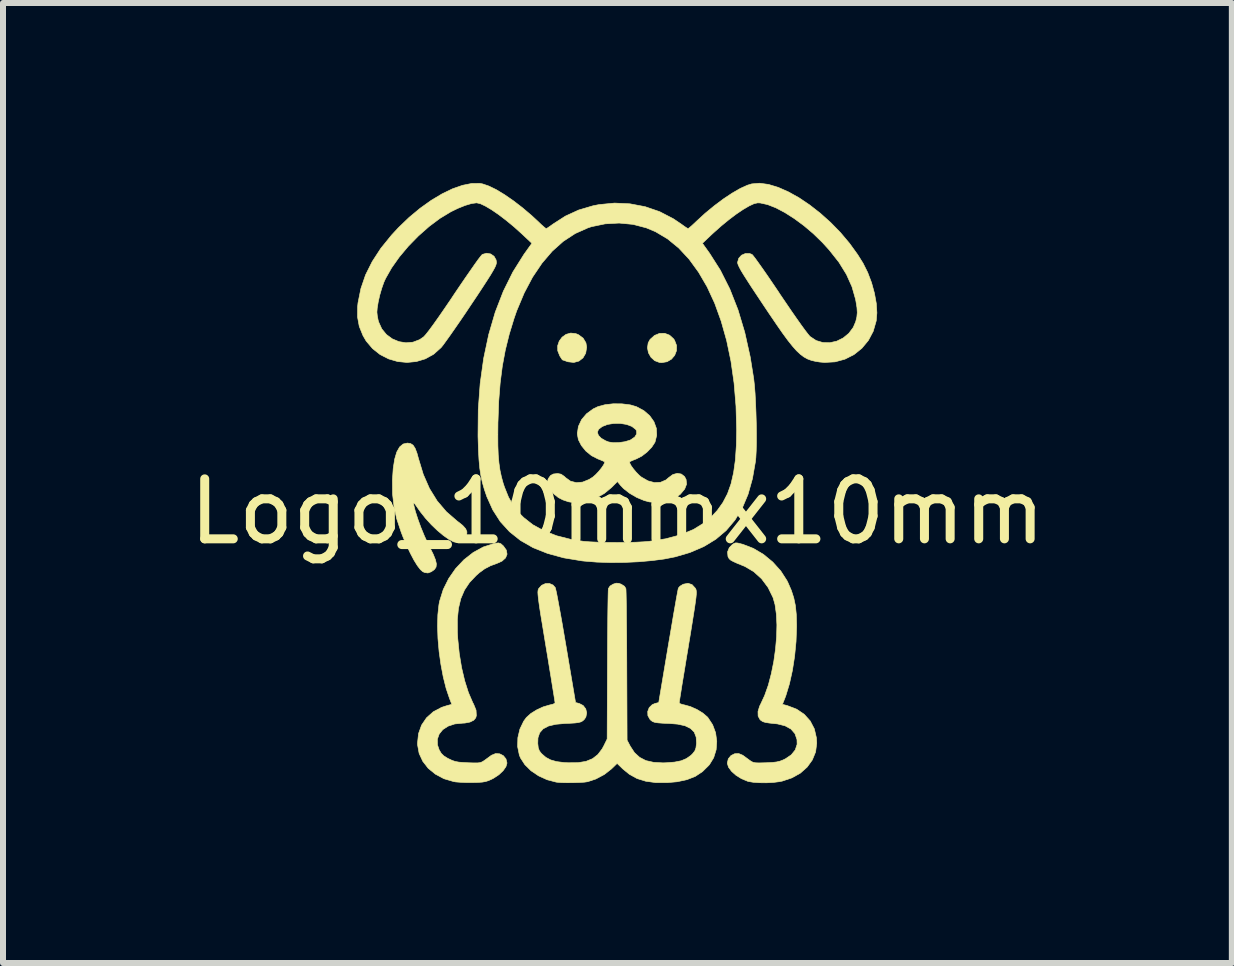
<source format=kicad_pcb>
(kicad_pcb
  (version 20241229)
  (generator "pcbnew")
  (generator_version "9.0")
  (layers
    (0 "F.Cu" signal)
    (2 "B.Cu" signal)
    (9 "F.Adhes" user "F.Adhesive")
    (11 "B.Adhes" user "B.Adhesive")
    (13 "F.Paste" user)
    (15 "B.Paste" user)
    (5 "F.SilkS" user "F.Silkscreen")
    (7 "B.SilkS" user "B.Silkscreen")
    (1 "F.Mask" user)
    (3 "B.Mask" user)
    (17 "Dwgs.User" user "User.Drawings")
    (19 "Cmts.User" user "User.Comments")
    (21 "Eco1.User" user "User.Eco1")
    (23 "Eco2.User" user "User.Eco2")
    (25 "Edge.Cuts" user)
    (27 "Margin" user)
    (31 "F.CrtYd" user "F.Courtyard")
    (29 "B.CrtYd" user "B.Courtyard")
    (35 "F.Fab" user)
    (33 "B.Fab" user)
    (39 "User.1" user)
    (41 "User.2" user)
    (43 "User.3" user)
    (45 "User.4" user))
  (footprint "Logo_10mmx10mm"
    (layer "F.Cu")
    (at 7.244 4.979)
    (property "Reference" "Logo_10mmx10mm" (at 0 0.5 0) (layer "F.SilkS") (effects (font (size 1 1) (thickness 0.15))))
    (attr exclude_from_pos_files exclude_from_bom)
    (fp_poly (pts (xy 0.869 -2.441) (xy 0.938 -2.378) (xy 0.953 -2.355) (xy 0.986 -2.269) (xy 0.985 -2.183) (xy 0.955 -2.105) (xy 0.901 -2.041) (xy 0.827 -1.998) (xy 0.738 -1.983) (xy 0.7 -1.986) (xy 0.621 -2.016) (xy 0.559 -2.073) (xy 0.517 -2.147) (xy 0.501 -2.23) (xy 0.513 -2.312) (xy 0.544 -2.369) (xy 0.618 -2.436) (xy 0.701 -2.47) (xy 0.788 -2.472) (xy 0.869 -2.441)) (stroke (width 0.01) (type solid)) (fill yes) (layer "F.SilkS"))
    (fp_poly (pts (xy -0.695 -2.467) (xy -0.65 -2.449) (xy -0.572 -2.391) (xy -0.525 -2.313) (xy -0.513 -2.24) (xy -0.529 -2.14) (xy -0.574 -2.062) (xy -0.642 -2.009) (xy -0.727 -1.986) (xy -0.823 -1.997) (xy -0.839 -2.002) (xy -0.886 -2.019) (xy -0.914 -2.028) (xy -0.917 -2.029) (xy -0.928 -2.044) (xy -0.952 -2.081) (xy -0.961 -2.095) (xy -0.995 -2.18) (xy -0.996 -2.265) (xy -0.97 -2.342) (xy -0.922 -2.407) (xy -0.857 -2.454) (xy -0.779 -2.476) (xy -0.695 -2.467)) (stroke (width 0.01) (type solid)) (fill yes) (layer "F.SilkS"))
    (fp_poly (pts (xy -3.449 -0.634) (xy -3.407 -0.607) (xy -3.373 -0.555) (xy -3.342 -0.474) (xy -3.318 -0.387) (xy -3.237 -0.12) (xy -3.134 0.115) (xy -3.006 0.322) (xy -2.853 0.502) (xy -2.674 0.657) (xy -2.662 0.666) (xy -2.58 0.731) (xy -2.53 0.787) (xy -2.509 0.838) (xy -2.513 0.891) (xy -2.515 0.901) (xy -2.553 0.963) (xy -2.613 1.006) (xy -2.671 1.019) (xy -2.733 1.004) (xy -2.812 0.962) (xy -2.904 0.897) (xy -3.002 0.815) (xy -3.102 0.719) (xy -3.197 0.615) (xy -3.283 0.507) (xy -3.315 0.462) (xy -3.359 0.398) (xy -3.386 0.363) (xy -3.397 0.356) (xy -3.398 0.372) (xy -3.395 0.394) (xy -3.369 0.497) (xy -3.328 0.624) (xy -3.277 0.764) (xy -3.219 0.905) (xy -3.159 1.036) (xy -3.13 1.094) (xy -3.071 1.212) (xy -3.034 1.304) (xy -3.018 1.373) (xy -3.024 1.426) (xy -3.051 1.466) (xy -3.098 1.5) (xy -3.105 1.504) (xy -3.159 1.524) (xy -3.211 1.517) (xy -3.244 1.503) (xy -3.284 1.468) (xy -3.335 1.402) (xy -3.392 1.31) (xy -3.452 1.196) (xy -3.514 1.066) (xy -3.574 0.925) (xy -3.606 0.842) (xy -3.679 0.623) (xy -3.725 0.416) (xy -3.749 0.207) (xy -3.751 -0.017) (xy -3.751 -0.026) (xy -3.738 -0.218) (xy -3.714 -0.373) (xy -3.679 -0.492) (xy -3.632 -0.576) (xy -3.573 -0.626) (xy -3.502 -0.642) (xy -3.449 -0.634)) (stroke (width 0.01) (type solid)) (fill yes) (layer "F.SilkS"))
    (fp_poly (pts (xy -1.944 1.036) (xy -1.901 1.074) (xy -1.901 1.074) (xy -1.852 1.143) (xy -1.84 1.211) (xy -1.865 1.273) (xy -1.924 1.326) (xy -2.003 1.362) (xy -2.119 1.405) (xy -2.214 1.455) (xy -2.303 1.52) (xy -2.357 1.568) (xy -2.466 1.683) (xy -2.55 1.809) (xy -2.611 1.951) (xy -2.65 2.113) (xy -2.669 2.299) (xy -2.668 2.515) (xy -2.662 2.62) (xy -2.637 2.867) (xy -2.598 3.103) (xy -2.546 3.323) (xy -2.484 3.518) (xy -2.413 3.683) (xy -2.397 3.713) (xy -2.357 3.811) (xy -2.352 3.901) (xy -2.362 3.939) (xy -2.396 3.979) (xy -2.459 4.01) (xy -2.542 4.026) (xy -2.581 4.028) (xy -2.712 4.041) (xy -2.823 4.078) (xy -2.911 4.135) (xy -2.971 4.209) (xy -3.002 4.295) (xy -3 4.391) (xy -2.972 4.473) (xy -2.937 4.532) (xy -2.894 4.574) (xy -2.83 4.614) (xy -2.813 4.622) (xy -2.756 4.649) (xy -2.703 4.667) (xy -2.642 4.678) (xy -2.563 4.684) (xy -2.49 4.688) (xy -2.397 4.691) (xy -2.333 4.691) (xy -2.289 4.686) (xy -2.257 4.674) (xy -2.226 4.655) (xy -2.213 4.646) (xy -2.158 4.606) (xy -2.108 4.569) (xy -2.099 4.563) (xy -2.032 4.535) (xy -1.963 4.539) (xy -1.902 4.57) (xy -1.858 4.624) (xy -1.841 4.693) (xy -1.859 4.754) (xy -1.906 4.821) (xy -1.977 4.888) (xy -2.065 4.946) (xy -2.092 4.96) (xy -2.147 4.985) (xy -2.197 5.001) (xy -2.254 5.011) (xy -2.329 5.016) (xy -2.418 5.018) (xy -2.518 5.018) (xy -2.614 5.014) (xy -2.694 5.008) (xy -2.73 5.002) (xy -2.893 4.954) (xy -3.035 4.878) (xy -3.154 4.781) (xy -3.245 4.664) (xy -3.306 4.532) (xy -3.332 4.389) (xy -3.333 4.362) (xy -3.316 4.202) (xy -3.265 4.06) (xy -3.182 3.938) (xy -3.07 3.838) (xy -2.93 3.764) (xy -2.843 3.736) (xy -2.761 3.714) (xy -2.8 3.614) (xy -2.856 3.448) (xy -2.904 3.256) (xy -2.943 3.049) (xy -2.973 2.834) (xy -2.992 2.618) (xy -2.999 2.411) (xy -2.994 2.221) (xy -2.976 2.055) (xy -2.965 1.996) (xy -2.904 1.8) (xy -2.813 1.617) (xy -2.697 1.45) (xy -2.559 1.304) (xy -2.405 1.183) (xy -2.237 1.091) (xy -2.061 1.034) (xy -2.033 1.028) (xy -1.982 1.023) (xy -1.944 1.036)) (stroke (width 0.01) (type solid)) (fill yes) (layer "F.SilkS"))
    (fp_poly (pts (xy 2.008 1.025) (xy 2.066 1.04) (xy 2.09 1.046) (xy 2.266 1.114) (xy 2.435 1.214) (xy 2.59 1.342) (xy 2.723 1.49) (xy 2.828 1.653) (xy 2.844 1.686) (xy 2.9 1.815) (xy 2.94 1.939) (xy 2.967 2.067) (xy 2.982 2.212) (xy 2.987 2.382) (xy 2.987 2.426) (xy 2.978 2.669) (xy 2.954 2.914) (xy 2.917 3.151) (xy 2.868 3.372) (xy 2.809 3.566) (xy 2.791 3.614) (xy 2.751 3.714) (xy 2.834 3.736) (xy 2.988 3.795) (xy 3.115 3.881) (xy 3.214 3.991) (xy 3.283 4.123) (xy 3.318 4.274) (xy 3.323 4.362) (xy 3.304 4.508) (xy 3.249 4.642) (xy 3.163 4.761) (xy 3.049 4.862) (xy 2.909 4.94) (xy 2.748 4.994) (xy 2.703 5.003) (xy 2.602 5.016) (xy 2.488 5.022) (xy 2.372 5.021) (xy 2.266 5.014) (xy 2.184 5) (xy 2.17 4.996) (xy 2.069 4.954) (xy 1.977 4.897) (xy 1.903 4.831) (xy 1.852 4.762) (xy 1.832 4.697) (xy 1.832 4.693) (xy 1.849 4.622) (xy 1.893 4.569) (xy 1.954 4.538) (xy 2.023 4.535) (xy 2.09 4.563) (xy 2.135 4.596) (xy 2.191 4.637) (xy 2.203 4.646) (xy 2.235 4.668) (xy 2.266 4.682) (xy 2.305 4.689) (xy 2.36 4.691) (xy 2.441 4.689) (xy 2.481 4.688) (xy 2.58 4.683) (xy 2.652 4.675) (xy 2.709 4.662) (xy 2.761 4.642) (xy 2.802 4.622) (xy 2.899 4.556) (xy 2.965 4.474) (xy 2.996 4.381) (xy 2.994 4.302) (xy 2.96 4.203) (xy 2.893 4.126) (xy 2.795 4.072) (xy 2.666 4.04) (xy 2.624 4.036) (xy 2.531 4.026) (xy 2.468 4.016) (xy 2.426 4.003) (xy 2.395 3.984) (xy 2.378 3.969) (xy 2.346 3.91) (xy 2.344 3.833) (xy 2.371 3.744) (xy 2.387 3.713) (xy 2.455 3.566) (xy 2.516 3.394) (xy 2.566 3.203) (xy 2.607 3) (xy 2.636 2.793) (xy 2.654 2.587) (xy 2.659 2.391) (xy 2.65 2.21) (xy 2.628 2.052) (xy 2.595 1.935) (xy 2.512 1.766) (xy 2.403 1.62) (xy 2.271 1.501) (xy 2.121 1.413) (xy 2.093 1.402) (xy 1.997 1.363) (xy 1.931 1.333) (xy 1.889 1.31) (xy 1.864 1.287) (xy 1.849 1.263) (xy 1.843 1.248) (xy 1.836 1.173) (xy 1.865 1.102) (xy 1.914 1.052) (xy 1.945 1.031) (xy 1.972 1.022) (xy 2.008 1.025)) (stroke (width 0.01) (type solid)) (fill yes) (layer "F.SilkS"))
    (fp_poly (pts (xy 0.075 -1.296) (xy 0.213 -1.279) (xy 0.316 -1.249) (xy 0.44 -1.183) (xy 0.538 -1.098) (xy 0.609 -0.998) (xy 0.649 -0.888) (xy 0.655 -0.773) (xy 0.627 -0.659) (xy 0.623 -0.651) (xy 0.572 -0.573) (xy 0.496 -0.494) (xy 0.407 -0.425) (xy 0.316 -0.378) (xy 0.311 -0.376) (xy 0.255 -0.354) (xy 0.215 -0.336) (xy 0.205 -0.33) (xy 0.206 -0.307) (xy 0.228 -0.265) (xy 0.266 -0.212) (xy 0.313 -0.156) (xy 0.363 -0.105) (xy 0.399 -0.075) (xy 0.509 -0.012) (xy 0.617 0.017) (xy 0.719 0.012) (xy 0.809 -0.027) (xy 0.855 -0.066) (xy 0.924 -0.117) (xy 0.997 -0.137) (xy 1.064 -0.126) (xy 1.118 -0.085) (xy 1.145 -0.035) (xy 1.153 0.043) (xy 1.121 0.125) (xy 1.05 0.21) (xy 1.048 0.212) (xy 0.942 0.287) (xy 0.815 0.334) (xy 0.676 0.352) (xy 0.532 0.339) (xy 0.446 0.316) (xy 0.321 0.264) (xy 0.203 0.195) (xy 0.103 0.117) (xy 0.056 0.068) (xy 0 0) (xy -0.1 0.1) (xy -0.22 0.199) (xy -0.358 0.276) (xy -0.502 0.328) (xy -0.626 0.347) (xy -0.704 0.348) (xy -0.774 0.344) (xy -0.816 0.337) (xy -0.91 0.305) (xy -0.984 0.267) (xy -1.055 0.21) (xy -1.058 0.208) (xy -1.13 0.127) (xy -1.164 0.048) (xy -1.16 -0.027) (xy -1.15 -0.052) (xy -1.115 -0.101) (xy -1.069 -0.126) (xy -0.999 -0.134) (xy -0.994 -0.134) (xy -0.939 -0.123) (xy -0.884 -0.085) (xy -0.865 -0.066) (xy -0.783 -0.007) (xy -0.686 0.018) (xy -0.581 0.009) (xy -0.472 -0.035) (xy -0.409 -0.075) (xy -0.361 -0.117) (xy -0.311 -0.17) (xy -0.266 -0.226) (xy -0.231 -0.277) (xy -0.213 -0.315) (xy -0.215 -0.33) (xy -0.24 -0.343) (xy -0.29 -0.364) (xy -0.326 -0.378) (xy -0.432 -0.432) (xy -0.526 -0.509) (xy -0.601 -0.601) (xy -0.651 -0.699) (xy -0.669 -0.796) (xy -0.665 -0.822) (xy -0.334 -0.822) (xy -0.317 -0.771) (xy -0.27 -0.722) (xy -0.195 -0.679) (xy -0.145 -0.66) (xy -0.07 -0.648) (xy 0.024 -0.65) (xy 0.122 -0.664) (xy 0.206 -0.689) (xy 0.225 -0.698) (xy 0.289 -0.743) (xy 0.321 -0.794) (xy 0.319 -0.846) (xy 0.305 -0.87) (xy 0.24 -0.92) (xy 0.151 -0.953) (xy 0.046 -0.97) (xy -0.063 -0.969) (xy -0.167 -0.952) (xy -0.255 -0.917) (xy -0.315 -0.87) (xy -0.334 -0.822) (xy -0.665 -0.822) (xy -0.651 -0.918) (xy -0.598 -1.032) (xy -0.514 -1.131) (xy -0.403 -1.212) (xy -0.326 -1.249) (xy -0.208 -1.281) (xy -0.07 -1.297) (xy 0.075 -1.296)) (stroke (width 0.01) (type solid)) (fill yes) (layer "F.SilkS"))
    (fp_poly (pts (xy 0.023 1.697) (xy 0.063 1.711) (xy 0.118 1.746) (xy 0.141 1.785) (xy 0.143 1.812) (xy 0.145 1.874) (xy 0.147 1.969) (xy 0.149 2.093) (xy 0.15 2.242) (xy 0.152 2.413) (xy 0.154 2.602) (xy 0.155 2.806) (xy 0.156 3.022) (xy 0.156 3.071) (xy 0.161 4.311) (xy 0.214 4.412) (xy 0.284 4.519) (xy 0.37 4.598) (xy 0.474 4.652) (xy 0.603 4.681) (xy 0.76 4.69) (xy 0.814 4.688) (xy 0.954 4.677) (xy 1.064 4.655) (xy 1.151 4.618) (xy 1.226 4.565) (xy 1.255 4.536) (xy 1.29 4.491) (xy 1.309 4.441) (xy 1.318 4.369) (xy 1.319 4.365) (xy 1.313 4.261) (xy 1.281 4.178) (xy 1.219 4.116) (xy 1.127 4.071) (xy 1.002 4.044) (xy 0.865 4.033) (xy 0.756 4.029) (xy 0.678 4.023) (xy 0.625 4.015) (xy 0.588 4.002) (xy 0.561 3.983) (xy 0.543 3.965) (xy 0.508 3.903) (xy 0.505 3.834) (xy 0.53 3.769) (xy 0.58 3.72) (xy 0.626 3.7) (xy 0.689 3.684) (xy 0.846 2.747) (xy 0.878 2.56) (xy 0.908 2.383) (xy 0.935 2.222) (xy 0.96 2.08) (xy 0.981 1.96) (xy 0.998 1.867) (xy 1.01 1.804) (xy 1.016 1.776) (xy 1.017 1.775) (xy 1.043 1.745) (xy 1.089 1.716) (xy 1.1 1.711) (xy 1.177 1.696) (xy 1.244 1.718) (xy 1.298 1.777) (xy 1.303 1.785) (xy 1.31 1.8) (xy 1.314 1.818) (xy 1.316 1.845) (xy 1.315 1.882) (xy 1.31 1.934) (xy 1.301 2.003) (xy 1.288 2.094) (xy 1.27 2.209) (xy 1.247 2.353) (xy 1.219 2.528) (xy 1.184 2.738) (xy 1.182 2.753) (xy 1.151 2.937) (xy 1.123 3.11) (xy 1.097 3.267) (xy 1.074 3.406) (xy 1.056 3.521) (xy 1.042 3.609) (xy 1.033 3.666) (xy 1.03 3.688) (xy 1.048 3.705) (xy 1.092 3.719) (xy 1.113 3.723) (xy 1.215 3.751) (xy 1.324 3.799) (xy 1.424 3.86) (xy 1.501 3.926) (xy 1.508 3.934) (xy 1.587 4.054) (xy 1.637 4.188) (xy 1.656 4.33) (xy 1.646 4.471) (xy 1.605 4.604) (xy 1.534 4.72) (xy 1.526 4.729) (xy 1.419 4.835) (xy 1.299 4.915) (xy 1.159 4.97) (xy 0.995 5.005) (xy 0.835 5.019) (xy 0.639 5.019) (xy 0.472 4.996) (xy 0.327 4.951) (xy 0.199 4.88) (xy 0.09 4.791) (xy -0.005 4.699) (xy -0.1 4.791) (xy -0.219 4.884) (xy -0.36 4.959) (xy -0.496 5.004) (xy -0.552 5.012) (xy -0.636 5.017) (xy -0.735 5.02) (xy -0.838 5.021) (xy -0.931 5.019) (xy -1.004 5.013) (xy -1.021 5.011) (xy -1.173 4.971) (xy -1.315 4.906) (xy -1.441 4.821) (xy -1.543 4.72) (xy -1.615 4.609) (xy -1.635 4.561) (xy -1.664 4.419) (xy -1.66 4.271) (xy -1.626 4.127) (xy -1.563 3.996) (xy -1.518 3.934) (xy -1.445 3.868) (xy -1.347 3.807) (xy -1.239 3.757) (xy -1.135 3.726) (xy -1.122 3.723) (xy -1.072 3.711) (xy -1.043 3.694) (xy -1.04 3.688) (xy -1.043 3.665) (xy -1.052 3.607) (xy -1.066 3.519) (xy -1.085 3.403) (xy -1.107 3.264) (xy -1.133 3.107) (xy -1.161 2.933) (xy -1.191 2.753) (xy -1.226 2.54) (xy -1.255 2.363) (xy -1.279 2.218) (xy -1.297 2.101) (xy -1.31 2.008) (xy -1.319 1.937) (xy -1.324 1.885) (xy -1.326 1.847) (xy -1.324 1.82) (xy -1.32 1.801) (xy -1.314 1.786) (xy -1.313 1.785) (xy -1.264 1.73) (xy -1.201 1.701) (xy -1.134 1.699) (xy -1.074 1.725) (xy -1.036 1.768) (xy -1.029 1.796) (xy -1.015 1.857) (xy -0.997 1.95) (xy -0.975 2.069) (xy -0.949 2.211) (xy -0.92 2.373) (xy -0.89 2.549) (xy -0.858 2.736) (xy -0.856 2.747) (xy -0.698 3.684) (xy -0.636 3.7) (xy -0.571 3.734) (xy -0.528 3.79) (xy -0.512 3.857) (xy -0.526 3.925) (xy -0.552 3.965) (xy -0.578 3.989) (xy -0.607 4.006) (xy -0.648 4.017) (xy -0.707 4.025) (xy -0.792 4.03) (xy -0.874 4.033) (xy -1.029 4.047) (xy -1.15 4.076) (xy -1.239 4.123) (xy -1.296 4.188) (xy -1.325 4.273) (xy -1.328 4.365) (xy -1.32 4.439) (xy -1.301 4.49) (xy -1.267 4.534) (xy -1.265 4.536) (xy -1.194 4.598) (xy -1.113 4.641) (xy -1.014 4.669) (xy -0.888 4.685) (xy -0.824 4.688) (xy -0.659 4.687) (xy -0.524 4.665) (xy -0.414 4.62) (xy -0.326 4.551) (xy -0.254 4.456) (xy -0.226 4.404) (xy -0.171 4.292) (xy -0.166 3.061) (xy -0.165 2.844) (xy -0.164 2.638) (xy -0.162 2.446) (xy -0.161 2.272) (xy -0.159 2.118) (xy -0.157 1.99) (xy -0.155 1.89) (xy -0.153 1.821) (xy -0.151 1.787) (xy -0.151 1.785) (xy -0.123 1.742) (xy -0.073 1.711) (xy -0.02 1.694) (xy 0.023 1.697)) (stroke (width 0.01) (type solid)) (fill yes) (layer "F.SilkS"))
    (fp_poly (pts (xy 2.52 -4.954) (xy 2.681 -4.905) (xy 2.851 -4.83) (xy 3.027 -4.732) (xy 3.205 -4.612) (xy 3.382 -4.474) (xy 3.554 -4.32) (xy 3.718 -4.152) (xy 3.869 -3.973) (xy 4.005 -3.785) (xy 4.095 -3.641) (xy 4.173 -3.485) (xy 4.237 -3.316) (xy 4.285 -3.141) (xy 4.316 -2.97) (xy 4.326 -2.813) (xy 4.315 -2.68) (xy 4.265 -2.506) (xy 4.184 -2.353) (xy 4.075 -2.222) (xy 3.944 -2.117) (xy 3.794 -2.041) (xy 3.629 -1.996) (xy 3.454 -1.986) (xy 3.373 -1.993) (xy 3.299 -2.005) (xy 3.232 -2.021) (xy 3.17 -2.044) (xy 3.11 -2.077) (xy 3.05 -2.122) (xy 2.987 -2.181) (xy 2.918 -2.259) (xy 2.84 -2.357) (xy 2.752 -2.477) (xy 2.65 -2.624) (xy 2.531 -2.799) (xy 2.442 -2.932) (xy 2.329 -3.102) (xy 2.236 -3.242) (xy 2.162 -3.357) (xy 2.104 -3.448) (xy 2.061 -3.519) (xy 2.032 -3.573) (xy 2.014 -3.612) (xy 2.005 -3.64) (xy 2.003 -3.655) (xy 2.023 -3.723) (xy 2.069 -3.774) (xy 2.133 -3.802) (xy 2.204 -3.802) (xy 2.244 -3.787) (xy 2.263 -3.766) (xy 2.301 -3.717) (xy 2.355 -3.642) (xy 2.423 -3.546) (xy 2.503 -3.431) (xy 2.591 -3.302) (xy 2.685 -3.163) (xy 2.708 -3.127) (xy 2.806 -2.983) (xy 2.899 -2.846) (xy 2.986 -2.721) (xy 3.063 -2.612) (xy 3.128 -2.523) (xy 3.178 -2.458) (xy 3.21 -2.42) (xy 3.214 -2.417) (xy 3.314 -2.351) (xy 3.425 -2.318) (xy 3.541 -2.315) (xy 3.657 -2.341) (xy 3.764 -2.394) (xy 3.858 -2.471) (xy 3.932 -2.57) (xy 3.973 -2.666) (xy 3.992 -2.743) (xy 3.999 -2.817) (xy 3.994 -2.9) (xy 3.977 -3.004) (xy 3.97 -3.041) (xy 3.911 -3.248) (xy 3.819 -3.453) (xy 3.693 -3.657) (xy 3.53 -3.863) (xy 3.417 -3.987) (xy 3.266 -4.134) (xy 3.109 -4.267) (xy 2.949 -4.385) (xy 2.792 -4.485) (xy 2.642 -4.564) (xy 2.504 -4.618) (xy 2.382 -4.645) (xy 2.339 -4.647) (xy 2.279 -4.634) (xy 2.197 -4.596) (xy 2.096 -4.537) (xy 1.982 -4.46) (xy 1.86 -4.368) (xy 1.733 -4.264) (xy 1.607 -4.152) (xy 1.572 -4.12) (xy 1.417 -3.973) (xy 1.536 -3.807) (xy 1.716 -3.524) (xy 1.874 -3.21) (xy 2.01 -2.864) (xy 2.123 -2.487) (xy 2.214 -2.078) (xy 2.272 -1.716) (xy 2.284 -1.607) (xy 2.295 -1.471) (xy 2.303 -1.315) (xy 2.31 -1.148) (xy 2.315 -0.977) (xy 2.317 -0.809) (xy 2.317 -0.652) (xy 2.314 -0.514) (xy 2.308 -0.401) (xy 2.302 -0.339) (xy 2.251 -0.048) (xy 2.178 0.212) (xy 2.081 0.442) (xy 1.96 0.642) (xy 1.813 0.816) (xy 1.64 0.962) (xy 1.439 1.084) (xy 1.208 1.183) (xy 0.963 1.255) (xy 0.786 1.29) (xy 0.581 1.317) (xy 0.356 1.337) (xy 0.12 1.348) (xy -0.116 1.35) (xy -0.343 1.343) (xy -0.553 1.326) (xy -0.591 1.322) (xy -0.894 1.272) (xy -1.165 1.198) (xy -1.406 1.102) (xy -1.617 0.981) (xy -1.799 0.836) (xy -1.953 0.667) (xy -2.078 0.472) (xy -2.177 0.252) (xy -2.218 0.132) (xy -2.251 0.018) (xy -2.276 -0.097) (xy -2.295 -0.222) (xy -2.308 -0.363) (xy -2.317 -0.527) (xy -2.323 -0.723) (xy -2.324 -0.749) (xy -2.324 -0.779) (xy -1.994 -0.779) (xy -1.993 -0.598) (xy -1.987 -0.443) (xy -1.975 -0.309) (xy -1.958 -0.189) (xy -1.934 -0.078) (xy -1.904 0.031) (xy -1.883 0.093) (xy -1.816 0.26) (xy -1.736 0.4) (xy -1.637 0.526) (xy -1.564 0.599) (xy -1.41 0.72) (xy -1.225 0.822) (xy -1.012 0.904) (xy -0.775 0.964) (xy -0.562 0.997) (xy -0.456 1.005) (xy -0.321 1.011) (xy -0.168 1.015) (xy -0.004 1.016) (xy 0.158 1.015) (xy 0.31 1.011) (xy 0.441 1.004) (xy 0.527 0.997) (xy 0.805 0.954) (xy 1.052 0.888) (xy 1.267 0.799) (xy 1.45 0.686) (xy 1.555 0.599) (xy 1.666 0.48) (xy 1.759 0.349) (xy 1.835 0.204) (xy 1.894 0.039) (xy 1.937 -0.148) (xy 1.967 -0.362) (xy 1.983 -0.606) (xy 1.988 -0.857) (xy 1.977 -1.258) (xy 1.945 -1.642) (xy 1.893 -2.007) (xy 1.821 -2.352) (xy 1.73 -2.674) (xy 1.622 -2.973) (xy 1.496 -3.246) (xy 1.353 -3.491) (xy 1.195 -3.708) (xy 1.022 -3.894) (xy 0.835 -4.047) (xy 0.635 -4.166) (xy 0.482 -4.23) (xy 0.26 -4.288) (xy 0.028 -4.31) (xy -0.205 -4.297) (xy -0.431 -4.25) (xy -0.492 -4.23) (xy -0.703 -4.136) (xy -0.902 -4.006) (xy -1.087 -3.841) (xy -1.258 -3.641) (xy -1.415 -3.408) (xy -1.555 -3.143) (xy -1.679 -2.848) (xy -1.723 -2.721) (xy -1.804 -2.456) (xy -1.869 -2.194) (xy -1.919 -1.925) (xy -1.955 -1.643) (xy -1.979 -1.34) (xy -1.991 -1.006) (xy -1.992 -0.993) (xy -1.994 -0.779) (xy -2.324 -0.779) (xy -2.32 -1.202) (xy -2.288 -1.637) (xy -2.23 -2.054) (xy -2.146 -2.451) (xy -2.037 -2.824) (xy -1.902 -3.173) (xy -1.743 -3.494) (xy -1.559 -3.787) (xy -1.544 -3.808) (xy -1.426 -3.973) (xy -1.589 -4.126) (xy -1.722 -4.246) (xy -1.854 -4.355) (xy -1.981 -4.452) (xy -2.098 -4.532) (xy -2.201 -4.593) (xy -2.285 -4.633) (xy -2.347 -4.647) (xy -2.349 -4.647) (xy -2.432 -4.636) (xy -2.539 -4.604) (xy -2.661 -4.555) (xy -2.776 -4.499) (xy -2.958 -4.389) (xy -3.14 -4.253) (xy -3.319 -4.095) (xy -3.486 -3.924) (xy -3.637 -3.744) (xy -3.765 -3.563) (xy -3.865 -3.387) (xy -3.894 -3.323) (xy -3.929 -3.224) (xy -3.962 -3.111) (xy -3.988 -2.996) (xy -4.005 -2.892) (xy -4.01 -2.825) (xy -4.004 -2.766) (xy -3.99 -2.693) (xy -3.982 -2.663) (xy -3.929 -2.546) (xy -3.851 -2.451) (xy -3.753 -2.379) (xy -3.643 -2.333) (xy -3.526 -2.314) (xy -3.409 -2.324) (xy -3.298 -2.366) (xy -3.23 -2.413) (xy -3.197 -2.449) (xy -3.144 -2.516) (xy -3.073 -2.612) (xy -2.987 -2.733) (xy -2.886 -2.879) (xy -2.773 -3.045) (xy -2.72 -3.125) (xy -2.624 -3.267) (xy -2.534 -3.399) (xy -2.452 -3.517) (xy -2.381 -3.619) (xy -2.323 -3.7) (xy -2.28 -3.756) (xy -2.256 -3.784) (xy -2.253 -3.787) (xy -2.181 -3.807) (xy -2.113 -3.795) (xy -2.057 -3.756) (xy -2.023 -3.696) (xy -2.017 -3.654) (xy -2.02 -3.631) (xy -2.029 -3.602) (xy -2.047 -3.563) (xy -2.076 -3.511) (xy -2.117 -3.442) (xy -2.173 -3.354) (xy -2.245 -3.243) (xy -2.335 -3.106) (xy -2.435 -2.957) (xy -2.531 -2.813) (xy -2.625 -2.675) (xy -2.713 -2.548) (xy -2.791 -2.436) (xy -2.857 -2.344) (xy -2.907 -2.275) (xy -2.94 -2.234) (xy -2.941 -2.233) (xy -3.064 -2.123) (xy -3.203 -2.046) (xy -3.353 -2.001) (xy -3.508 -1.986) (xy -3.663 -2.001) (xy -3.814 -2.045) (xy -3.956 -2.117) (xy -4.082 -2.217) (xy -4.189 -2.343) (xy -4.242 -2.434) (xy -4.304 -2.587) (xy -4.333 -2.744) (xy -4.332 -2.913) (xy -4.325 -2.98) (xy -4.277 -3.218) (xy -4.199 -3.446) (xy -4.088 -3.668) (xy -3.945 -3.888) (xy -3.765 -4.11) (xy -3.65 -4.234) (xy -3.473 -4.404) (xy -3.29 -4.556) (xy -3.107 -4.687) (xy -2.925 -4.796) (xy -2.75 -4.881) (xy -2.584 -4.939) (xy -2.43 -4.97) (xy -2.294 -4.971) (xy -2.249 -4.963) (xy -2.146 -4.928) (xy -2.022 -4.868) (xy -1.883 -4.784) (xy -1.735 -4.682) (xy -1.582 -4.564) (xy -1.43 -4.435) (xy -1.323 -4.336) (xy -1.267 -4.282) (xy -1.221 -4.242) (xy -1.193 -4.22) (xy -1.188 -4.217) (xy -1.167 -4.228) (xy -1.125 -4.256) (xy -1.074 -4.293) (xy -0.867 -4.426) (xy -0.647 -4.527) (xy -0.407 -4.598) (xy -0.306 -4.618) (xy -0.048 -4.643) (xy 0.209 -4.631) (xy 0.462 -4.583) (xy 0.704 -4.5) (xy 0.932 -4.382) (xy 1.064 -4.293) (xy 1.118 -4.254) (xy 1.159 -4.227) (xy 1.178 -4.217) (xy 1.197 -4.23) (xy 1.237 -4.264) (xy 1.29 -4.313) (xy 1.314 -4.336) (xy 1.462 -4.472) (xy 1.615 -4.598) (xy 1.767 -4.712) (xy 1.913 -4.809) (xy 2.048 -4.887) (xy 2.167 -4.941) (xy 2.239 -4.963) (xy 2.371 -4.974) (xy 2.52 -4.954)) (stroke (width 0.01) (type solid)) (fill yes) (layer "F.SilkS")))
  (gr_rect
    (start -3 -3)
    (end 17.488 13.006)
    (stroke (width 0.1) (type default))
    (fill no)
    (layer "Edge.Cuts")))
</source>
